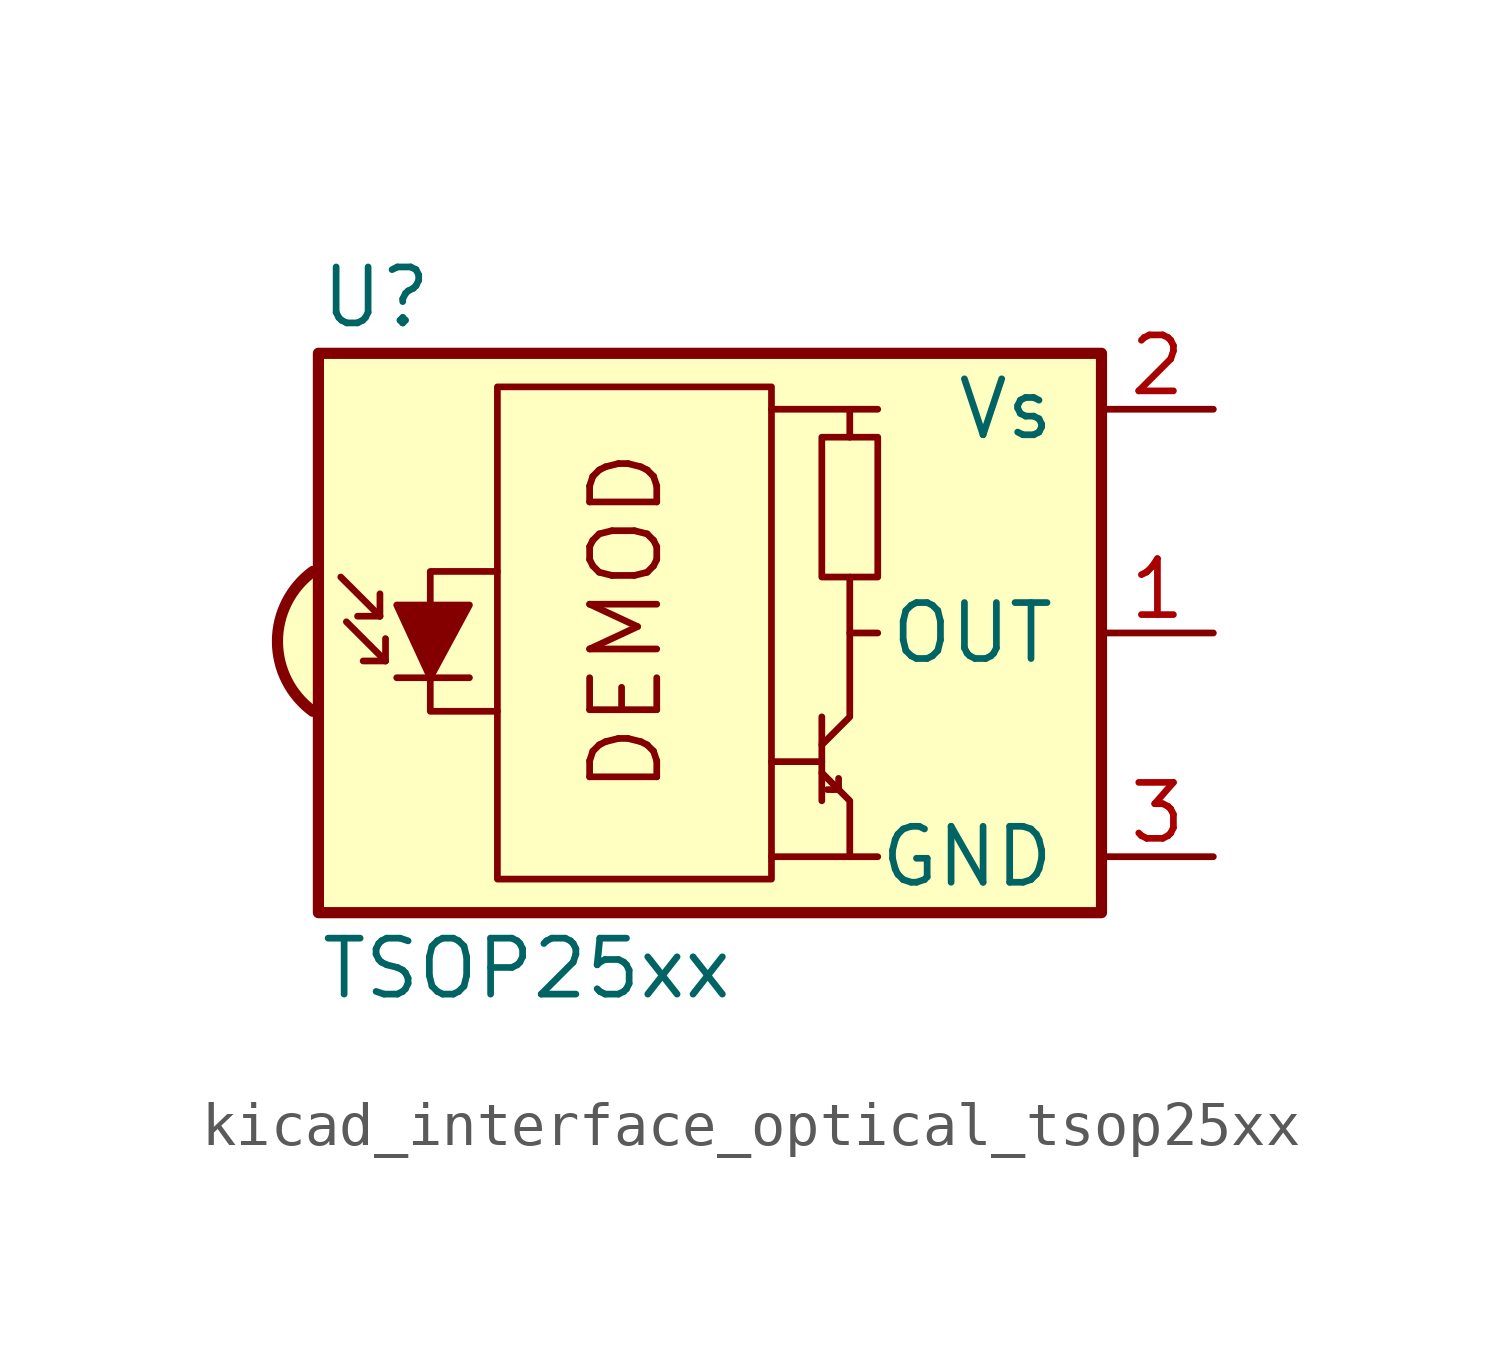
<source format=kicad_sym>
(kicad_symbol_lib
  (version 20220914)
  (generator kicad_symbol_editor)
  (symbol "kicad_interface_optical_tsop25xx"
    (pin_names
      (offset 1.016))
    (property "Reference" "U"
      (at -10.16 7.62 0)
      (effects (font (size 1.27 1.27)) (justify left)))
    (property "Value" "TSOP25xx"
      (at -10.16 -7.62 0)
      (effects (font (size 1.27 1.27)) (justify left)))
    (symbol "kicad_interface_optical_tsop25xx_0_0"
      (arc (start -10.287 1.397) (mid -11.0899 -0.1852) (end -10.287 -1.778) (stroke (width 0.254) (type default)) (fill (type background)))
      (polyline (pts (xy 1.905 -5.08) (xy 0.127 -5.08)) (stroke (width 0) (type default)) (fill (type none)))
      (polyline (pts (xy 1.905 5.08) (xy 0.127 5.08)) (stroke (width 0) (type default)) (fill (type none)))
      (text "DEMOD" (at -3.175 0.254 900) (effects (font (size 1.524 1.524)))))
    (symbol "kicad_interface_optical_tsop25xx_0_1"
      (rectangle (start -6.096 5.588) (end 0.127 -5.588) (stroke (width 0) (type default)) (fill (type none)))
      (polyline (pts (xy -8.763 0.381) (xy -9.652 1.27)) (stroke (width 0) (type default)) (fill (type none)))
      (polyline (pts (xy -8.763 0.381) (xy -9.271 0.381)) (stroke (width 0) (type default)) (fill (type none)))
      (polyline (pts (xy -8.763 0.381) (xy -8.763 0.889)) (stroke (width 0) (type default)) (fill (type none)))
      (polyline (pts (xy -8.636 -0.635) (xy -9.525 0.254)) (stroke (width 0) (type default)) (fill (type none)))
      (polyline (pts (xy -8.636 -0.635) (xy -9.144 -0.635)) (stroke (width 0) (type default)) (fill (type none)))
      (polyline (pts (xy -8.636 -0.635) (xy -8.636 -0.127)) (stroke (width 0) (type default)) (fill (type none)))
      (polyline (pts (xy -8.382 -1.016) (xy -6.731 -1.016)) (stroke (width 0) (type default)) (fill (type none)))
      (polyline (pts (xy 1.27 -2.921) (xy 0.127 -2.921)) (stroke (width 0) (type default)) (fill (type none)))
      (polyline (pts (xy 1.27 -1.905) (xy 1.27 -3.81)) (stroke (width 0) (type default)) (fill (type none)))
      (polyline (pts (xy 1.397 -3.556) (xy 1.524 -3.556)) (stroke (width 0) (type default)) (fill (type none)))
      (polyline (pts (xy 1.651 -3.556) (xy 1.524 -3.556)) (stroke (width 0) (type default)) (fill (type none)))
      (polyline (pts (xy 1.651 -3.556) (xy 1.651 -3.302)) (stroke (width 0) (type default)) (fill (type none)))
      (polyline (pts (xy 1.905 0) (xy 1.905 1.27)) (stroke (width 0) (type default)) (fill (type none)))
      (polyline (pts (xy 1.905 4.445) (xy 1.905 5.08) (xy 2.54 5.08)) (stroke (width 0) (type default)) (fill (type none)))
      (polyline (pts (xy -8.382 0.635) (xy -6.731 0.635) (xy -7.62 -1.016) (xy -8.382 0.635)) (stroke (width 0) (type default)) (fill (type outline)))
      (polyline (pts (xy -6.096 1.397) (xy -7.62 1.397) (xy -7.62 -1.778) (xy -6.096 -1.778)) (stroke (width 0) (type default)) (fill (type none)))
      (polyline (pts (xy 1.27 -3.175) (xy 1.905 -3.81) (xy 1.905 -5.08) (xy 2.54 -5.08)) (stroke (width 0) (type default)) (fill (type none)))
      (polyline (pts (xy 1.27 -2.54) (xy 1.905 -1.905) (xy 1.905 0) (xy 2.54 0)) (stroke (width 0) (type default)) (fill (type none)))
      (rectangle (start 2.54 1.27) (end 1.27 4.445) (stroke (width 0) (type default)) (fill (type none)))
      (rectangle (start 7.62 6.35) (end -10.16 -6.35) (stroke (width 0.254) (type default)) (fill (type background))))
    (symbol "kicad_interface_optical_tsop25xx_1_1"
      (pin output line (at 10.16 0 180) (length 2.54) (name "OUT" (effects (font (size 1.27 1.27)))) (number "1" (effects (font (size 1.27 1.27)))))
      (pin power_in line (at 10.16 5.08 180) (length 2.54) (name "Vs" (effects (font (size 1.27 1.27)))) (number "2" (effects (font (size 1.27 1.27)))))
      (pin power_in line (at 10.16 -5.08 180) (length 2.54) (name "GND" (effects (font (size 1.27 1.27)))) (number "3" (effects (font (size 1.27 1.27))))))))
</source>
